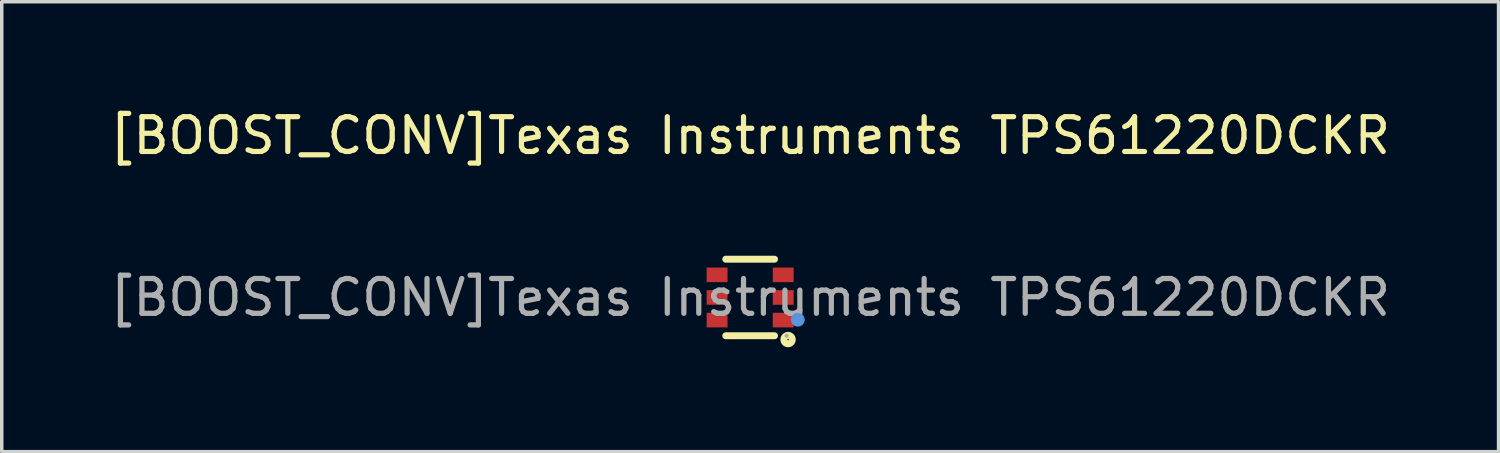
<source format=kicad_pcb>
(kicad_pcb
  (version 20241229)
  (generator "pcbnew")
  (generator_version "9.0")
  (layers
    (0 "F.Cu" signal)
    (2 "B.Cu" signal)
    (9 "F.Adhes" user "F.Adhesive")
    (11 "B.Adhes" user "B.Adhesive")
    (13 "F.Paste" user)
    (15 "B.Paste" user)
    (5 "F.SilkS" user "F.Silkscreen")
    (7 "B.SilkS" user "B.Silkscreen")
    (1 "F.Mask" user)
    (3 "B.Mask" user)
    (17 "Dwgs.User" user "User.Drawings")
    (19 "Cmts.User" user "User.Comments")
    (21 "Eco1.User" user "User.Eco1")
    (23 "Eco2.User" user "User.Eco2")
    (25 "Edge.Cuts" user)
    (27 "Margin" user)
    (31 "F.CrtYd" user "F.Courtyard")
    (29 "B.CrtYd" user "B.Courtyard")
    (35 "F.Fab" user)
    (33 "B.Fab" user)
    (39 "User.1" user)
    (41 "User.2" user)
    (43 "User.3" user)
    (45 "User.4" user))
  (footprint "[BOOST_CONV]Texas Instruments TPS61220DCKR"
    (layer "F.Cu")
    (at 18.506 5.498)
    (property "Reference" "[BOOST_CONV]Texas Instruments TPS61220DCKR" (at 0 -4.65 0) (layer "F.SilkS") (effects (font (size 1 1) (thickness 0.15))))
    (attr smd)
    (fp_line (start -0.7 -1.1) (end 0.7 -1.1) (stroke (width 0.2) (type solid)) (layer "F.SilkS"))
    (fp_line (start -0.7 1.1) (end 0.7 1.1) (stroke (width 0.2) (type solid)) (layer "F.SilkS"))
    (fp_arc (start 1.1 1.09) (mid 1.085013 1.330313) (end 1.089966 1.089584) (stroke (width 0.2) (type solid)) (layer "F.SilkS"))
    (fp_circle (center 1.37 0.64) (end 1.47 0.64) (stroke (width 0.2) (type solid)) (fill no) (layer "Cmts.User"))
    (fp_circle (center 1.05 1.1) (end 1.08 1.1) (stroke (width 0.06) (type solid)) (fill no) (layer "F.Fab"))
    (fp_text user "${REFERENCE}" (at 0 0 0) (layer "F.Fab") (effects (font (size 1 1) (thickness 0.15))))
    (pad "1" smd rect (at 0.95 0.65 90) (size 0.42 0.6) (layers "F.Cu" "F.Mask" "F.Paste"))
    (pad "2" smd rect (at 0.95 0 90) (size 0.42 0.6) (layers "F.Cu" "F.Mask" "F.Paste"))
    (pad "3" smd rect (at 0.95 -0.65 90) (size 0.42 0.6) (layers "F.Cu" "F.Mask" "F.Paste"))
    (pad "4" smd rect (at -0.95 -0.65 270) (size 0.42 0.6) (layers "F.Cu" "F.Mask" "F.Paste"))
    (pad "5" smd rect (at -0.95 0 270) (size 0.42 0.6) (layers "F.Cu" "F.Mask" "F.Paste"))
    (pad "6" smd rect (at -0.95 0.65 270) (size 0.42 0.6) (layers "F.Cu" "F.Mask" "F.Paste")))
  (gr_rect
    (start -3 -3)
    (end 40.012 9.929)
    (stroke (width 0.1) (type default))
    (fill no)
    (layer "Edge.Cuts")))
</source>
